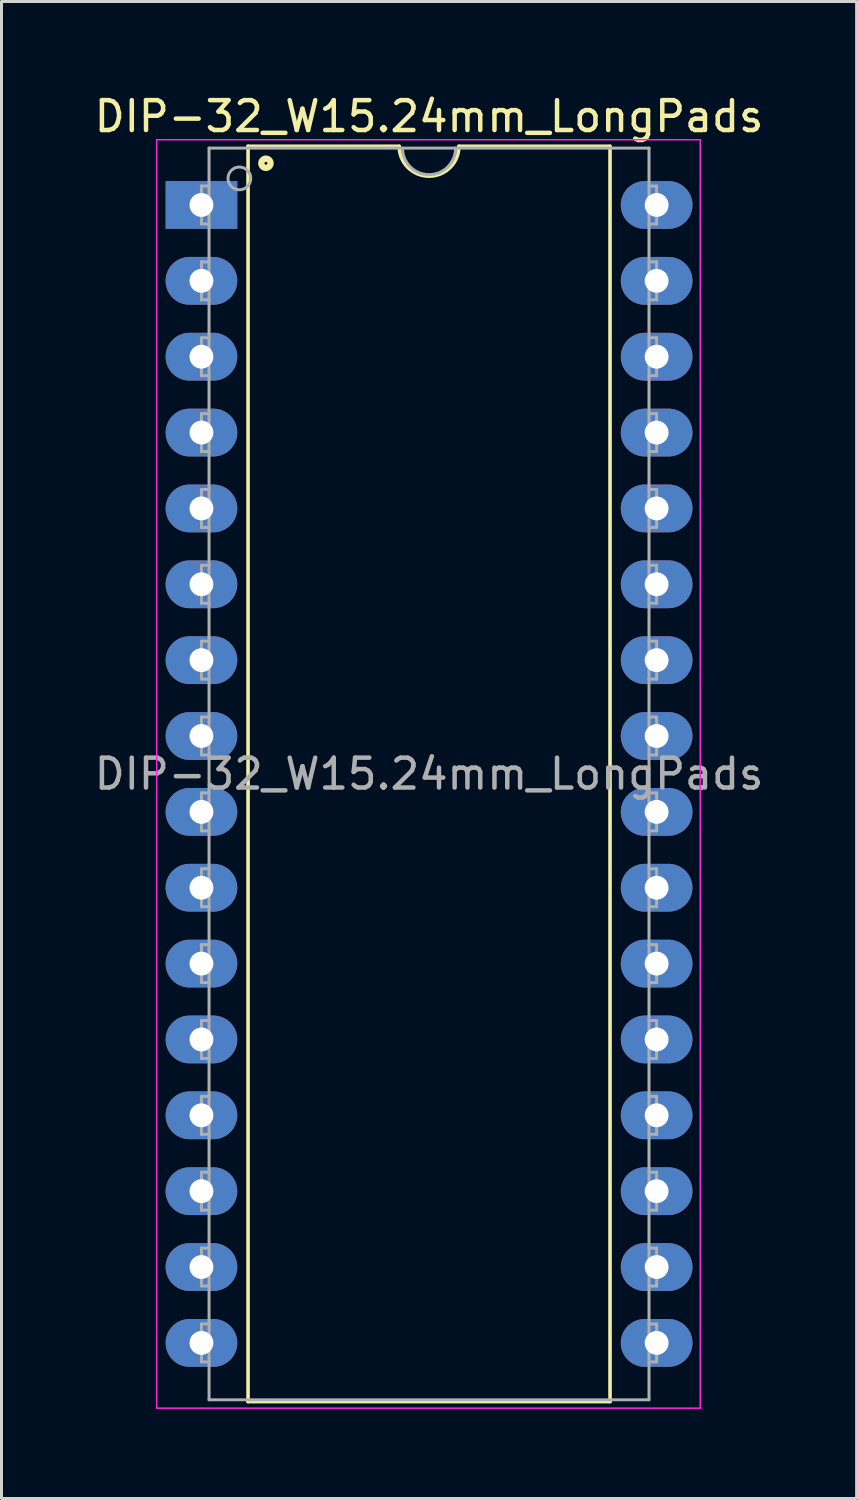
<source format=kicad_pcb>
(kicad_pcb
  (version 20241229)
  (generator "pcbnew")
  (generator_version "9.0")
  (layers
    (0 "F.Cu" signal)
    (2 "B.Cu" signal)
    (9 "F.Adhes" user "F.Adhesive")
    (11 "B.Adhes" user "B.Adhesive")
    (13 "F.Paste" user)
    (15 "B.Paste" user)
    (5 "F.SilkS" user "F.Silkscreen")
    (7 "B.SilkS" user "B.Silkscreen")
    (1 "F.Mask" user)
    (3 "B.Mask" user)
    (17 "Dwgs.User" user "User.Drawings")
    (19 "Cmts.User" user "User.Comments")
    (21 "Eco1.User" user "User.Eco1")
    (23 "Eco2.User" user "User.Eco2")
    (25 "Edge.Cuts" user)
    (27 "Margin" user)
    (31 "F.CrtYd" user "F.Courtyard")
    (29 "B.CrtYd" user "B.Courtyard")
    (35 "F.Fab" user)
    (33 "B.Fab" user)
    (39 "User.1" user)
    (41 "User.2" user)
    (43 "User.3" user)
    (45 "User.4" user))
  (footprint "DIP-32_W15.24mm_LongPads"
    (layer "F.Cu")
    (at 3.695 3.813)
    (property "Reference" "DIP-32_W15.24mm_LongPads" (at 7.62 -2.965 0) (layer "F.SilkS") (effects (font (size 1 1) (thickness 0.15))))
    (attr through_hole)
    (fp_line (start 1.56 -1.965) (end 1.56 40.065) (stroke (width 0.12) (type solid)) (layer "F.SilkS"))
    (fp_line (start 1.56 40.065) (end 13.68 40.065) (stroke (width 0.12) (type solid)) (layer "F.SilkS"))
    (fp_line (start 6.62 -1.965) (end 1.56 -1.965) (stroke (width 0.12) (type solid)) (layer "F.SilkS"))
    (fp_line (start 13.68 -1.965) (end 8.62 -1.965) (stroke (width 0.12) (type solid)) (layer "F.SilkS"))
    (fp_line (start 13.68 40.065) (end 13.68 -1.965) (stroke (width 0.12) (type solid)) (layer "F.SilkS"))
    (fp_arc (start 8.62 -1.965) (mid 7.62 -0.965) (end 6.62 -1.965) (stroke (width 0.12) (type solid)) (layer "F.SilkS"))
    (fp_circle (center 2.159 -1.397) (end 2.209 -1.397) (stroke (width 0.12) (type solid)) (fill no) (layer "F.SilkS"))
    (fp_circle (center 2.159 -1.397) (end 2.284 -1.397) (stroke (width 0.12) (type solid)) (fill no) (layer "F.SilkS"))
    (fp_circle (center 2.159 -1.397) (end 2.359 -1.397) (stroke (width 0.12) (type solid)) (fill no) (layer "F.SilkS"))
    (fp_line (start -1.5 -2.185) (end -1.5 40.285) (stroke (width 0.05) (type solid)) (layer "F.CrtYd"))
    (fp_line (start -1.5 40.285) (end 16.7 40.285) (stroke (width 0.05) (type solid)) (layer "F.CrtYd"))
    (fp_line (start 16.7 -2.185) (end -1.5 -2.185) (stroke (width 0.05) (type solid)) (layer "F.CrtYd"))
    (fp_line (start 16.7 40.285) (end 16.7 -2.185) (stroke (width 0.05) (type solid)) (layer "F.CrtYd"))
    (fp_line (start 0 -0.635) (end 0 0.635) (stroke (width 0.1) (type solid)) (layer "F.Fab"))
    (fp_line (start 0 -0.635) (end 0.254 -0.635) (stroke (width 0.1) (type solid)) (layer "F.Fab"))
    (fp_line (start 0 0.635) (end 0.254 0.635) (stroke (width 0.1) (type solid)) (layer "F.Fab"))
    (fp_line (start 0 1.905) (end 0 3.175) (stroke (width 0.1) (type solid)) (layer "F.Fab"))
    (fp_line (start 0 1.905) (end 0.254 1.905) (stroke (width 0.1) (type solid)) (layer "F.Fab"))
    (fp_line (start 0 3.175) (end 0.254 3.175) (stroke (width 0.1) (type solid)) (layer "F.Fab"))
    (fp_line (start 0 4.445) (end 0 5.715) (stroke (width 0.1) (type solid)) (layer "F.Fab"))
    (fp_line (start 0 4.445) (end 0.254 4.445) (stroke (width 0.1) (type solid)) (layer "F.Fab"))
    (fp_line (start 0 5.715) (end 0.254 5.715) (stroke (width 0.1) (type solid)) (layer "F.Fab"))
    (fp_line (start 0 6.985) (end 0 8.255) (stroke (width 0.1) (type solid)) (layer "F.Fab"))
    (fp_line (start 0 6.985) (end 0.254 6.985) (stroke (width 0.1) (type solid)) (layer "F.Fab"))
    (fp_line (start 0 8.255) (end 0.254 8.255) (stroke (width 0.1) (type solid)) (layer "F.Fab"))
    (fp_line (start 0 9.525) (end 0 10.795) (stroke (width 0.1) (type solid)) (layer "F.Fab"))
    (fp_line (start 0 9.525) (end 0.254 9.525) (stroke (width 0.1) (type solid)) (layer "F.Fab"))
    (fp_line (start 0 10.795) (end 0.254 10.795) (stroke (width 0.1) (type solid)) (layer "F.Fab"))
    (fp_line (start 0 12.065) (end 0 13.335) (stroke (width 0.1) (type solid)) (layer "F.Fab"))
    (fp_line (start 0 12.065) (end 0.254 12.065) (stroke (width 0.1) (type solid)) (layer "F.Fab"))
    (fp_line (start 0 13.335) (end 0.254 13.335) (stroke (width 0.1) (type solid)) (layer "F.Fab"))
    (fp_line (start 0 14.605) (end 0 15.875) (stroke (width 0.1) (type solid)) (layer "F.Fab"))
    (fp_line (start 0 14.605) (end 0.254 14.605) (stroke (width 0.1) (type solid)) (layer "F.Fab"))
    (fp_line (start 0 15.875) (end 0.254 15.875) (stroke (width 0.1) (type solid)) (layer "F.Fab"))
    (fp_line (start 0 17.145) (end 0 18.415) (stroke (width 0.1) (type solid)) (layer "F.Fab"))
    (fp_line (start 0 17.145) (end 0.254 17.145) (stroke (width 0.1) (type solid)) (layer "F.Fab"))
    (fp_line (start 0 18.415) (end 0.254 18.415) (stroke (width 0.1) (type solid)) (layer "F.Fab"))
    (fp_line (start 0 19.685) (end 0 20.955) (stroke (width 0.1) (type solid)) (layer "F.Fab"))
    (fp_line (start 0 19.685) (end 0.254 19.685) (stroke (width 0.1) (type solid)) (layer "F.Fab"))
    (fp_line (start 0 20.955) (end 0.254 20.955) (stroke (width 0.1) (type solid)) (layer "F.Fab"))
    (fp_line (start 0 22.225) (end 0 23.495) (stroke (width 0.1) (type solid)) (layer "F.Fab"))
    (fp_line (start 0 22.225) (end 0.254 22.225) (stroke (width 0.1) (type solid)) (layer "F.Fab"))
    (fp_line (start 0 23.495) (end 0.254 23.495) (stroke (width 0.1) (type solid)) (layer "F.Fab"))
    (fp_line (start 0 24.765) (end 0 26.035) (stroke (width 0.1) (type solid)) (layer "F.Fab"))
    (fp_line (start 0 24.765) (end 0.254 24.765) (stroke (width 0.1) (type solid)) (layer "F.Fab"))
    (fp_line (start 0 26.035) (end 0.254 26.035) (stroke (width 0.1) (type solid)) (layer "F.Fab"))
    (fp_line (start 0 27.305) (end 0 28.575) (stroke (width 0.1) (type solid)) (layer "F.Fab"))
    (fp_line (start 0 27.305) (end 0.254 27.305) (stroke (width 0.1) (type solid)) (layer "F.Fab"))
    (fp_line (start 0 28.575) (end 0.254 28.575) (stroke (width 0.1) (type solid)) (layer "F.Fab"))
    (fp_line (start 0 29.845) (end 0 31.115) (stroke (width 0.1) (type solid)) (layer "F.Fab"))
    (fp_line (start 0 29.845) (end 0.254 29.845) (stroke (width 0.1) (type solid)) (layer "F.Fab"))
    (fp_line (start 0 31.115) (end 0.254 31.115) (stroke (width 0.1) (type solid)) (layer "F.Fab"))
    (fp_line (start 0 32.385) (end 0 33.655) (stroke (width 0.1) (type solid)) (layer "F.Fab"))
    (fp_line (start 0 32.385) (end 0.254 32.385) (stroke (width 0.1) (type solid)) (layer "F.Fab"))
    (fp_line (start 0 33.655) (end 0.254 33.655) (stroke (width 0.1) (type solid)) (layer "F.Fab"))
    (fp_line (start 0 34.925) (end 0 36.195) (stroke (width 0.1) (type solid)) (layer "F.Fab"))
    (fp_line (start 0 34.925) (end 0.254 34.925) (stroke (width 0.1) (type solid)) (layer "F.Fab"))
    (fp_line (start 0 36.195) (end 0.254 36.195) (stroke (width 0.1) (type solid)) (layer "F.Fab"))
    (fp_line (start 0 37.465) (end 0 38.735) (stroke (width 0.1) (type solid)) (layer "F.Fab"))
    (fp_line (start 0 37.465) (end 0.254 37.465) (stroke (width 0.1) (type solid)) (layer "F.Fab"))
    (fp_line (start 0 38.735) (end 0.254 38.735) (stroke (width 0.1) (type solid)) (layer "F.Fab"))
    (fp_line (start 0.254 -1.905) (end 14.985 -1.905) (stroke (width 0.1) (type solid)) (layer "F.Fab"))
    (fp_line (start 0.255 40.005) (end 0.254 -1.905) (stroke (width 0.1) (type solid)) (layer "F.Fab"))
    (fp_line (start 14.985 -1.905) (end 14.985 40.005) (stroke (width 0.1) (type solid)) (layer "F.Fab"))
    (fp_line (start 14.985 40.005) (end 0.255 40.005) (stroke (width 0.1) (type solid)) (layer "F.Fab"))
    (fp_line (start 15.24 -0.635) (end 14.986 -0.635) (stroke (width 0.1) (type solid)) (layer "F.Fab"))
    (fp_line (start 15.24 0.635) (end 14.986 0.635) (stroke (width 0.1) (type solid)) (layer "F.Fab"))
    (fp_line (start 15.24 0.635) (end 15.24 -0.635) (stroke (width 0.1) (type solid)) (layer "F.Fab"))
    (fp_line (start 15.24 1.905) (end 14.986 1.905) (stroke (width 0.1) (type solid)) (layer "F.Fab"))
    (fp_line (start 15.24 3.175) (end 14.986 3.175) (stroke (width 0.1) (type solid)) (layer "F.Fab"))
    (fp_line (start 15.24 3.175) (end 15.24 1.905) (stroke (width 0.1) (type solid)) (layer "F.Fab"))
    (fp_line (start 15.24 4.445) (end 14.986 4.445) (stroke (width 0.1) (type solid)) (layer "F.Fab"))
    (fp_line (start 15.24 5.715) (end 14.986 5.715) (stroke (width 0.1) (type solid)) (layer "F.Fab"))
    (fp_line (start 15.24 5.715) (end 15.24 4.445) (stroke (width 0.1) (type solid)) (layer "F.Fab"))
    (fp_line (start 15.24 6.985) (end 14.986 6.985) (stroke (width 0.1) (type solid)) (layer "F.Fab"))
    (fp_line (start 15.24 8.255) (end 14.986 8.255) (stroke (width 0.1) (type solid)) (layer "F.Fab"))
    (fp_line (start 15.24 8.255) (end 15.24 6.985) (stroke (width 0.1) (type solid)) (layer "F.Fab"))
    (fp_line (start 15.24 9.525) (end 14.986 9.525) (stroke (width 0.1) (type solid)) (layer "F.Fab"))
    (fp_line (start 15.24 10.795) (end 14.986 10.795) (stroke (width 0.1) (type solid)) (layer "F.Fab"))
    (fp_line (start 15.24 10.795) (end 15.24 9.525) (stroke (width 0.1) (type solid)) (layer "F.Fab"))
    (fp_line (start 15.24 12.065) (end 14.986 12.065) (stroke (width 0.1) (type solid)) (layer "F.Fab"))
    (fp_line (start 15.24 13.335) (end 14.986 13.335) (stroke (width 0.1) (type solid)) (layer "F.Fab"))
    (fp_line (start 15.24 13.335) (end 15.24 12.065) (stroke (width 0.1) (type solid)) (layer "F.Fab"))
    (fp_line (start 15.24 14.605) (end 14.986 14.605) (stroke (width 0.1) (type solid)) (layer "F.Fab"))
    (fp_line (start 15.24 15.875) (end 14.986 15.875) (stroke (width 0.1) (type solid)) (layer "F.Fab"))
    (fp_line (start 15.24 15.875) (end 15.24 14.605) (stroke (width 0.1) (type solid)) (layer "F.Fab"))
    (fp_line (start 15.24 17.145) (end 14.986 17.145) (stroke (width 0.1) (type solid)) (layer "F.Fab"))
    (fp_line (start 15.24 18.415) (end 14.986 18.415) (stroke (width 0.1) (type solid)) (layer "F.Fab"))
    (fp_line (start 15.24 18.415) (end 15.24 17.145) (stroke (width 0.1) (type solid)) (layer "F.Fab"))
    (fp_line (start 15.24 19.685) (end 14.986 19.685) (stroke (width 0.1) (type solid)) (layer "F.Fab"))
    (fp_line (start 15.24 20.955) (end 14.986 20.955) (stroke (width 0.1) (type solid)) (layer "F.Fab"))
    (fp_line (start 15.24 20.955) (end 15.24 19.685) (stroke (width 0.1) (type solid)) (layer "F.Fab"))
    (fp_line (start 15.24 22.225) (end 14.986 22.225) (stroke (width 0.1) (type solid)) (layer "F.Fab"))
    (fp_line (start 15.24 23.495) (end 14.986 23.495) (stroke (width 0.1) (type solid)) (layer "F.Fab"))
    (fp_line (start 15.24 23.495) (end 15.24 22.225) (stroke (width 0.1) (type solid)) (layer "F.Fab"))
    (fp_line (start 15.24 24.765) (end 14.986 24.765) (stroke (width 0.1) (type solid)) (layer "F.Fab"))
    (fp_line (start 15.24 26.035) (end 14.986 26.035) (stroke (width 0.1) (type solid)) (layer "F.Fab"))
    (fp_line (start 15.24 26.035) (end 15.24 24.765) (stroke (width 0.1) (type solid)) (layer "F.Fab"))
    (fp_line (start 15.24 27.305) (end 14.986 27.305) (stroke (width 0.1) (type solid)) (layer "F.Fab"))
    (fp_line (start 15.24 28.575) (end 14.986 28.575) (stroke (width 0.1) (type solid)) (layer "F.Fab"))
    (fp_line (start 15.24 28.575) (end 15.24 27.305) (stroke (width 0.1) (type solid)) (layer "F.Fab"))
    (fp_line (start 15.24 29.845) (end 14.986 29.845) (stroke (width 0.1) (type solid)) (layer "F.Fab"))
    (fp_line (start 15.24 31.115) (end 14.986 31.115) (stroke (width 0.1) (type solid)) (layer "F.Fab"))
    (fp_line (start 15.24 31.115) (end 15.24 29.845) (stroke (width 0.1) (type solid)) (layer "F.Fab"))
    (fp_line (start 15.24 32.385) (end 14.986 32.385) (stroke (width 0.1) (type solid)) (layer "F.Fab"))
    (fp_line (start 15.24 33.655) (end 14.986 33.655) (stroke (width 0.1) (type solid)) (layer "F.Fab"))
    (fp_line (start 15.24 33.655) (end 15.24 32.385) (stroke (width 0.1) (type solid)) (layer "F.Fab"))
    (fp_line (start 15.24 34.925) (end 14.986 34.925) (stroke (width 0.1) (type solid)) (layer "F.Fab"))
    (fp_line (start 15.24 36.195) (end 14.986 36.195) (stroke (width 0.1) (type solid)) (layer "F.Fab"))
    (fp_line (start 15.24 36.195) (end 15.24 34.925) (stroke (width 0.1) (type solid)) (layer "F.Fab"))
    (fp_line (start 15.24 37.465) (end 14.986 37.465) (stroke (width 0.1) (type solid)) (layer "F.Fab"))
    (fp_line (start 15.24 38.735) (end 14.986 38.735) (stroke (width 0.1) (type solid)) (layer "F.Fab"))
    (fp_line (start 15.24 38.735) (end 15.24 37.465) (stroke (width 0.1) (type solid)) (layer "F.Fab"))
    (fp_arc (start 8.509 -1.905) (mid 7.62 -1.016) (end 6.731 -1.905) (stroke (width 0.1) (type solid)) (layer "F.Fab"))
    (fp_circle (center 1.27 -0.889) (end 1.651 -0.889) (stroke (width 0.1) (type solid)) (fill no) (layer "F.Fab"))
    (fp_text user "${REFERENCE}" (at 7.62 19.05 0) (layer "F.Fab") (effects (font (size 1 1) (thickness 0.15))))
    (pad "1" thru_hole rect (at 0 0) (size 2.4 1.6) (drill 0.8) (layers "*.Cu" "*.Mask"))
    (pad "2" thru_hole oval (at 0 2.54) (size 2.4 1.6) (drill 0.8) (layers "*.Cu" "*.Mask"))
    (pad "3" thru_hole oval (at 0 5.08) (size 2.4 1.6) (drill 0.8) (layers "*.Cu" "*.Mask"))
    (pad "4" thru_hole oval (at 0 7.62) (size 2.4 1.6) (drill 0.8) (layers "*.Cu" "*.Mask"))
    (pad "5" thru_hole oval (at 0 10.16) (size 2.4 1.6) (drill 0.8) (layers "*.Cu" "*.Mask"))
    (pad "6" thru_hole oval (at 0 12.7) (size 2.4 1.6) (drill 0.8) (layers "*.Cu" "*.Mask"))
    (pad "7" thru_hole oval (at 0 15.24) (size 2.4 1.6) (drill 0.8) (layers "*.Cu" "*.Mask"))
    (pad "8" thru_hole oval (at 0 17.78) (size 2.4 1.6) (drill 0.8) (layers "*.Cu" "*.Mask"))
    (pad "9" thru_hole oval (at 0 20.32) (size 2.4 1.6) (drill 0.8) (layers "*.Cu" "*.Mask"))
    (pad "10" thru_hole oval (at 0 22.86) (size 2.4 1.6) (drill 0.8) (layers "*.Cu" "*.Mask"))
    (pad "11" thru_hole oval (at 0 25.4) (size 2.4 1.6) (drill 0.8) (layers "*.Cu" "*.Mask"))
    (pad "12" thru_hole oval (at 0 27.94) (size 2.4 1.6) (drill 0.8) (layers "*.Cu" "*.Mask"))
    (pad "13" thru_hole oval (at 0 30.48) (size 2.4 1.6) (drill 0.8) (layers "*.Cu" "*.Mask"))
    (pad "14" thru_hole oval (at 0 33.02) (size 2.4 1.6) (drill 0.8) (layers "*.Cu" "*.Mask"))
    (pad "15" thru_hole oval (at 0 35.56) (size 2.4 1.6) (drill 0.8) (layers "*.Cu" "*.Mask"))
    (pad "16" thru_hole oval (at 0 38.1) (size 2.4 1.6) (drill 0.8) (layers "*.Cu" "*.Mask"))
    (pad "17" thru_hole oval (at 15.24 38.1) (size 2.4 1.6) (drill 0.8) (layers "*.Cu" "*.Mask"))
    (pad "18" thru_hole oval (at 15.24 35.56) (size 2.4 1.6) (drill 0.8) (layers "*.Cu" "*.Mask"))
    (pad "19" thru_hole oval (at 15.24 33.02) (size 2.4 1.6) (drill 0.8) (layers "*.Cu" "*.Mask"))
    (pad "20" thru_hole oval (at 15.24 30.48) (size 2.4 1.6) (drill 0.8) (layers "*.Cu" "*.Mask"))
    (pad "21" thru_hole oval (at 15.24 27.94) (size 2.4 1.6) (drill 0.8) (layers "*.Cu" "*.Mask"))
    (pad "22" thru_hole oval (at 15.24 25.4) (size 2.4 1.6) (drill 0.8) (layers "*.Cu" "*.Mask"))
    (pad "23" thru_hole oval (at 15.24 22.86) (size 2.4 1.6) (drill 0.8) (layers "*.Cu" "*.Mask"))
    (pad "24" thru_hole oval (at 15.24 20.32) (size 2.4 1.6) (drill 0.8) (layers "*.Cu" "*.Mask"))
    (pad "25" thru_hole oval (at 15.24 17.78) (size 2.4 1.6) (drill 0.8) (layers "*.Cu" "*.Mask"))
    (pad "26" thru_hole oval (at 15.24 15.24) (size 2.4 1.6) (drill 0.8) (layers "*.Cu" "*.Mask"))
    (pad "27" thru_hole oval (at 15.24 12.7) (size 2.4 1.6) (drill 0.8) (layers "*.Cu" "*.Mask"))
    (pad "28" thru_hole oval (at 15.24 10.16) (size 2.4 1.6) (drill 0.8) (layers "*.Cu" "*.Mask"))
    (pad "29" thru_hole oval (at 15.24 7.62) (size 2.4 1.6) (drill 0.8) (layers "*.Cu" "*.Mask"))
    (pad "30" thru_hole oval (at 15.24 5.08) (size 2.4 1.6) (drill 0.8) (layers "*.Cu" "*.Mask"))
    (pad "31" thru_hole oval (at 15.24 2.54) (size 2.4 1.6) (drill 0.8) (layers "*.Cu" "*.Mask"))
    (pad "32" thru_hole oval (at 15.24 0) (size 2.4 1.6) (drill 0.8) (layers "*.Cu" "*.Mask")))
  (gr_rect
    (start -3 -3)
    (end 25.631 47.123)
    (stroke (width 0.1) (type default))
    (fill no)
    (layer "Edge.Cuts")))
</source>
